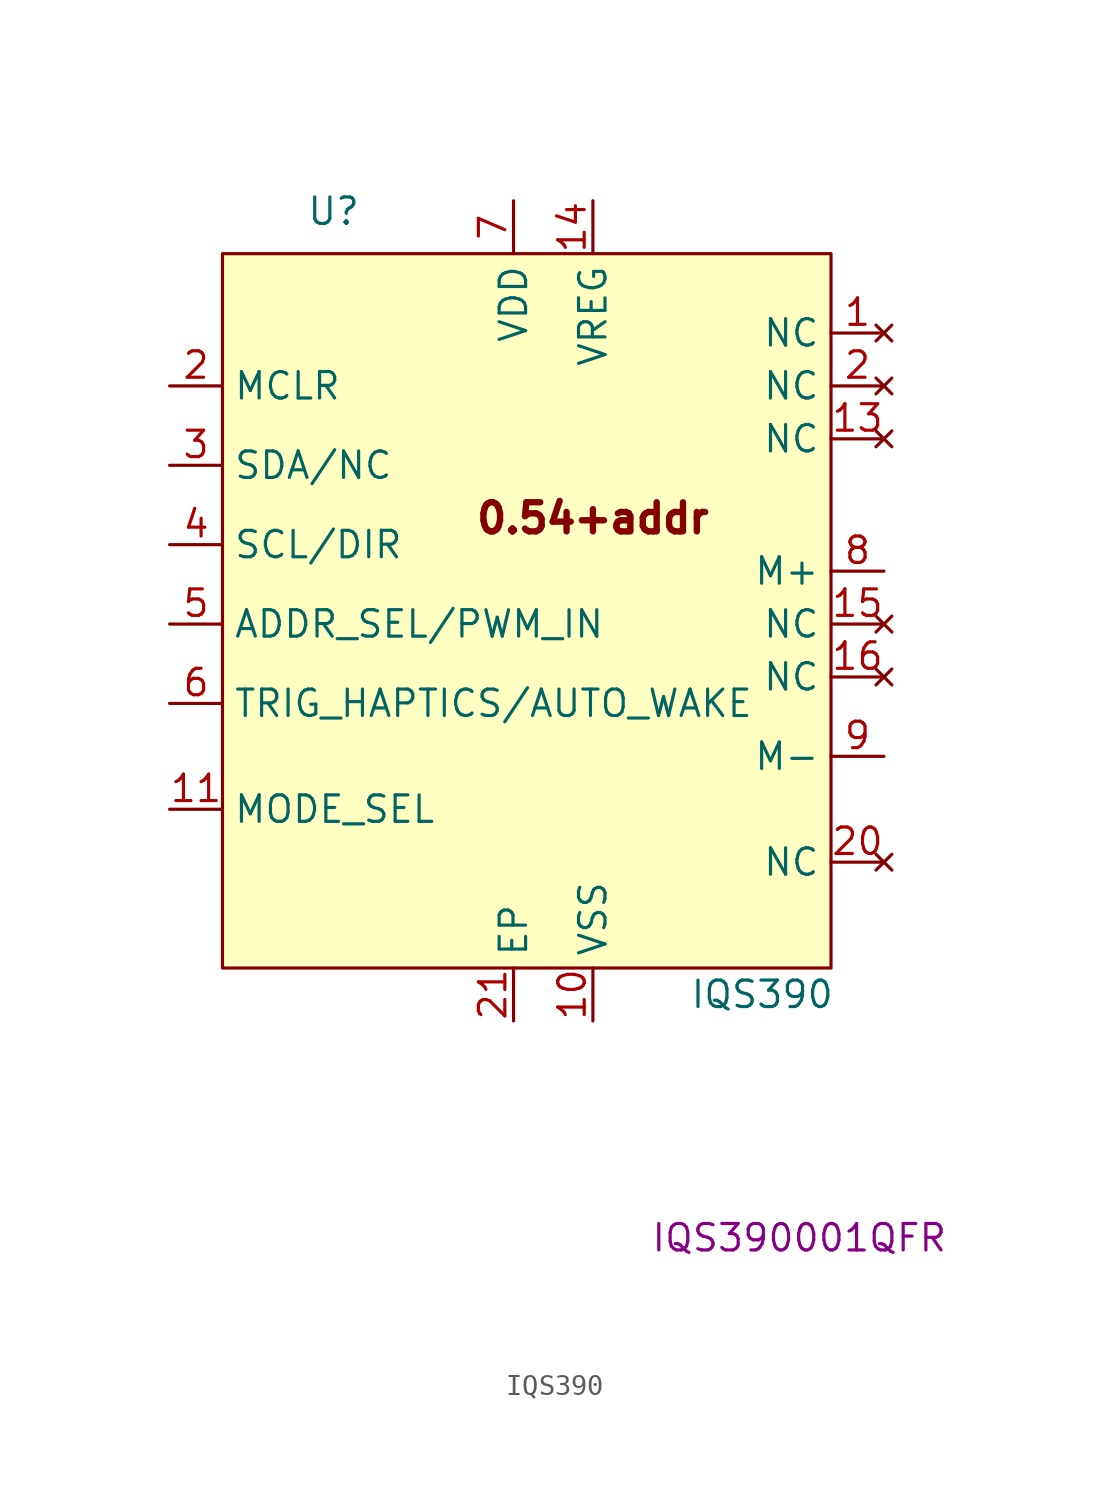
<source format=kicad_sym>
(kicad_symbol_lib
  (version 20231120)
  (generator "kicad_symbol_editor")
  (generator_version "8.0")
  (symbol "IQS390"
    (property "Reference" "U"
      (at -13.716 13.462 0)
      (effects (font (size 1.27 1.27))))
    (property "Value" "IQS390"
      (at 6.858 -24.13 0)
      (effects (font (size 1.27 1.27))))
    (property "MPN" "IQS390001QFR"
      (at 8.636 -35.814 0)
      (effects (font (size 1.27 1.27))))
    (symbol "IQS390_1_1"
      (rectangle (start -19.05 11.43) (end 10.16 -22.86) (stroke (width 0) (type default)) (fill (type background)))
      (text "0.54+addr" (at -1.27 -1.27 0) (effects (font (size 1.397 1.397) (thickness 0.305) (bold yes))))
      (pin no_connect line (at 12.7 7.62 180) (length 2.54) (name "NC" (effects (font (size 1.27 1.27)))) (number "1" (effects (font (size 1.27 1.27)))))
      (pin passive line (at -1.27 -25.4 90) (length 2.54) (name "VSS" (effects (font (size 1.27 1.27)))) (number "10" (effects (font (size 1.27 1.27)))))
      (pin input line (at -21.59 -15.24 0) (length 2.54) (name "MODE_SEL" (effects (font (size 1.27 1.27)))) (number "11" (effects (font (size 1.27 1.27)))))
      (pin no_connect line (at 12.7 2.54 180) (length 2.54) (name "NC" (effects (font (size 1.27 1.27)))) (number "13" (effects (font (size 1.27 1.27)))))
      (pin output line (at -1.27 13.97 270) (length 2.54) (name "VREG" (effects (font (size 1.27 1.27)))) (number "14" (effects (font (size 1.27 1.27)))))
      (pin no_connect line (at 12.7 -6.35 180) (length 2.54) (name "NC" (effects (font (size 1.27 1.27)))) (number "15" (effects (font (size 1.27 1.27)))))
      (pin no_connect line (at 12.7 -8.89 180) (length 2.54) (name "NC" (effects (font (size 1.27 1.27)))) (number "16" (effects (font (size 1.27 1.27)))))
      (pin input line (at -21.59 5.08 0) (length 2.54) (name "MCLR" (effects (font (size 1.27 1.27)))) (number "2" (effects (font (size 1.27 1.27)))))
      (pin no_connect line (at 12.7 5.08 180) (length 2.54) (name "NC" (effects (font (size 1.27 1.27)))) (number "2" (effects (font (size 1.27 1.27)))))
      (pin no_connect line (at 12.7 -17.78 180) (length 2.54) (name "NC" (effects (font (size 1.27 1.27)))) (number "20" (effects (font (size 1.27 1.27)))))
      (pin passive line (at -5.08 -25.4 90) (length 2.54) (name "EP" (effects (font (size 1.27 1.27)))) (number "21" (effects (font (size 1.27 1.27)))))
      (pin bidirectional line (at -21.59 1.27 0) (length 2.54) (name "SDA/NC" (effects (font (size 1.27 1.27)))) (number "3" (effects (font (size 1.27 1.27)))))
      (pin input line (at -21.59 -2.54 0) (length 2.54) (name "SCL/DIR" (effects (font (size 1.27 1.27)))) (number "4" (effects (font (size 1.27 1.27)))))
      (pin input line (at -21.59 -6.35 0) (length 2.54) (name "ADDR_SEL/PWM_IN" (effects (font (size 1.27 1.27)))) (number "5" (effects (font (size 1.27 1.27)))))
      (pin input line (at -21.59 -10.16 0) (length 2.54) (name "TRIG_HAPTICS/AUTO_WAKE" (effects (font (size 1.27 1.27)))) (number "6" (effects (font (size 1.27 1.27)))))
      (pin power_in line (at -5.08 13.97 270) (length 2.54) (name "VDD" (effects (font (size 1.27 1.27)))) (number "7" (effects (font (size 1.27 1.27)))))
      (pin output line (at 12.7 -3.81 180) (length 2.54) (name "M+" (effects (font (size 1.27 1.27)))) (number "8" (effects (font (size 1.27 1.27)))))
      (pin output line (at 12.7 -12.7 180) (length 2.54) (name "M-" (effects (font (size 1.27 1.27)))) (number "9" (effects (font (size 1.27 1.27))))))))
</source>
